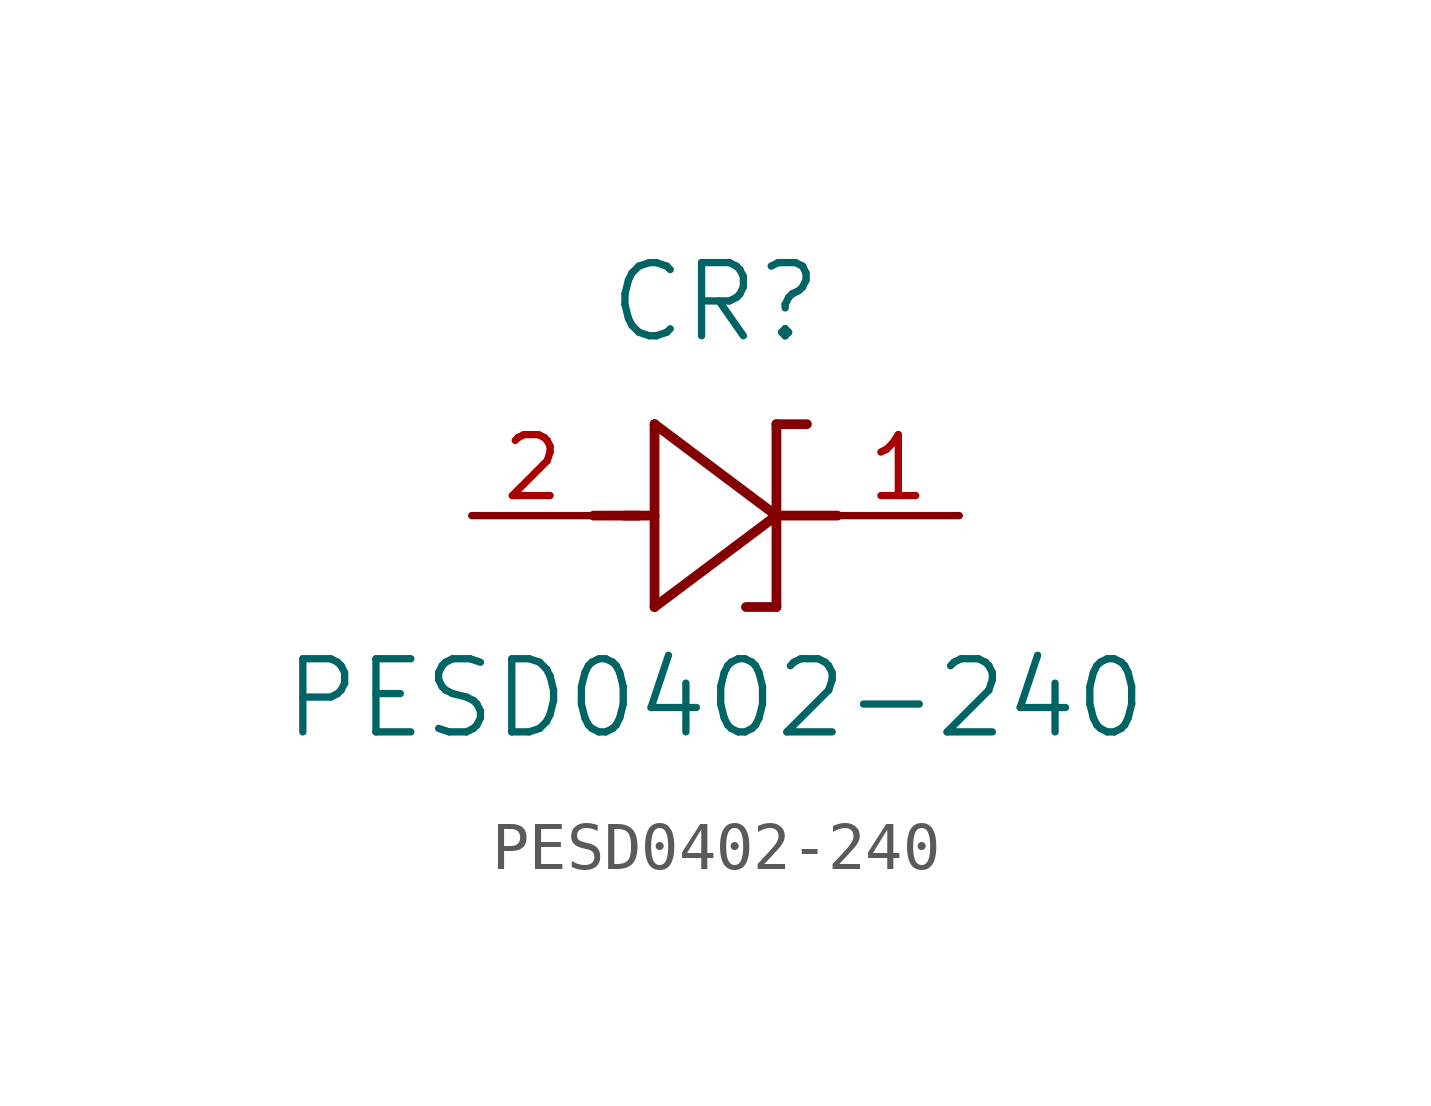
<source format=kicad_sym>
(kicad_symbol_lib
  (version 20211014)
  (generator kicad_symbol_editor)
  (symbol "PESD0402-240"
    (pin_names
      (offset 0.254))
    (property "Reference" "CR"
      (at 5.08 4.445 0)
      (effects (font (size 1.524 1.524))))
    (property "Value" "PESD0402-240"
      (at 5.08 -3.81 0)
      (effects (font (size 1.524 1.524))))
    (symbol "PESD0402-240_0_1"
      (polyline (pts (xy 2.54 0) (xy 3.48 0)) (stroke (width 0.203) (type default) (color 0 0 0 0)) (fill (type none)))
      (polyline (pts (xy 3.175 0) (xy 3.81 0)) (stroke (width 0.203) (type default) (color 0 0 0 0)) (fill (type none)))
      (polyline (pts (xy 3.81 -1.905) (xy 6.35 0)) (stroke (width 0.203) (type default) (color 0 0 0 0)) (fill (type none)))
      (polyline (pts (xy 6.35 -1.905) (xy 5.715 -1.905)) (stroke (width 0.203) (type default) (color 0 0 0 0)) (fill (type none)))
      (polyline (pts (xy 6.35 1.905) (xy 6.985 1.905)) (stroke (width 0.203) (type default) (color 0 0 0 0)) (fill (type none)))
      (polyline (pts (xy 3.81 1.905) (xy 3.81 -1.905)) (stroke (width 0.203) (type default) (color 0 0 0 0)) (fill (type none)))
      (polyline (pts (xy 6.35 -1.905) (xy 6.35 1.905)) (stroke (width 0.203) (type default) (color 0 0 0 0)) (fill (type none)))
      (polyline (pts (xy 6.35 0) (xy 3.81 1.905)) (stroke (width 0.203) (type default) (color 0 0 0 0)) (fill (type none)))
      (polyline (pts (xy 6.35 0) (xy 7.62 0)) (stroke (width 0.203) (type default) (color 0 0 0 0)) (fill (type none)))
      (pin unspecified line (at 10.16 0 180) (length 2.54) (name "" (effects (font (size 1.27 1.27)))) (number "1" (effects (font (size 1.27 1.27)))))
      (pin unspecified line (at 0 0 0) (length 2.54) (name "" (effects (font (size 1.27 1.27)))) (number "2" (effects (font (size 1.27 1.27))))))))
</source>
